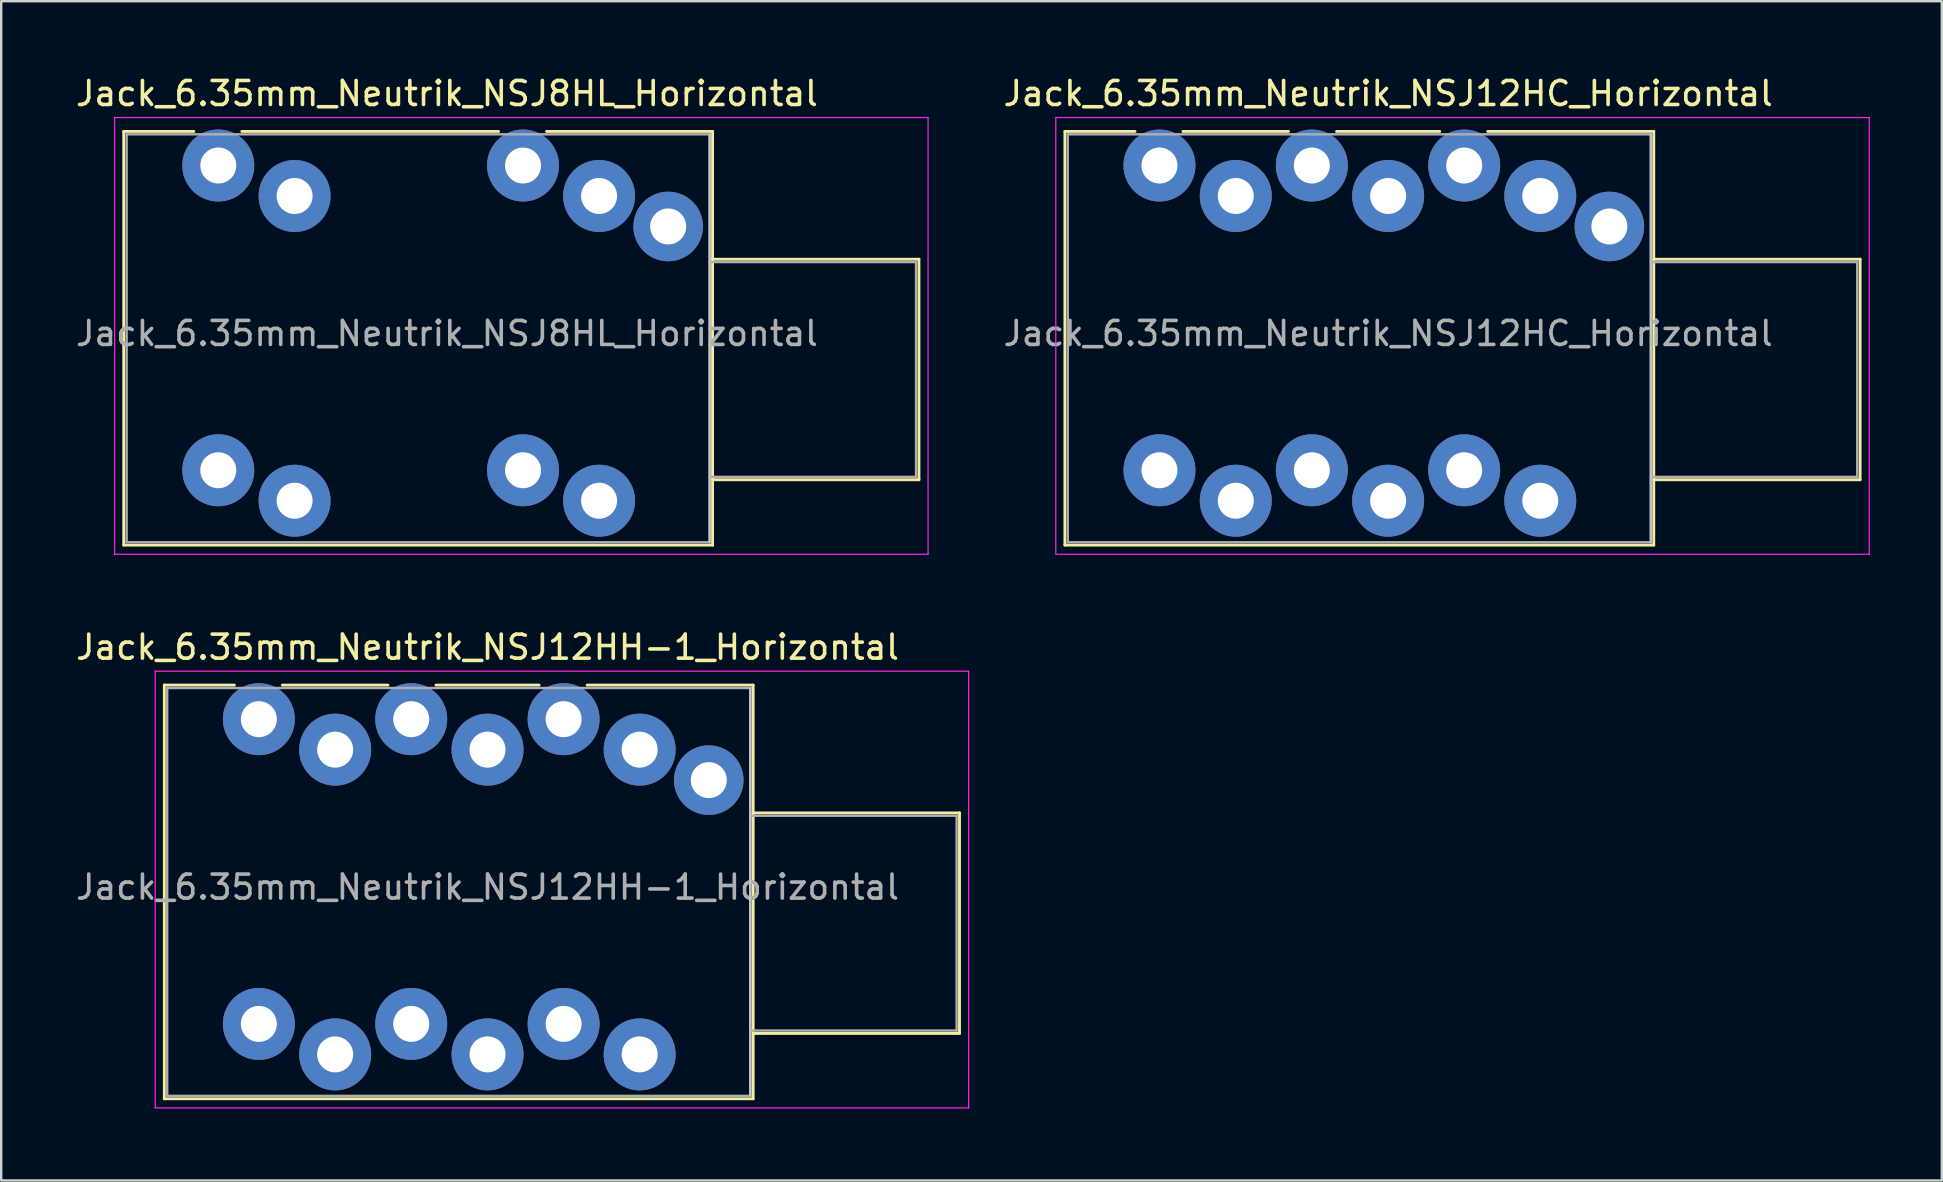
<source format=kicad_pcb>
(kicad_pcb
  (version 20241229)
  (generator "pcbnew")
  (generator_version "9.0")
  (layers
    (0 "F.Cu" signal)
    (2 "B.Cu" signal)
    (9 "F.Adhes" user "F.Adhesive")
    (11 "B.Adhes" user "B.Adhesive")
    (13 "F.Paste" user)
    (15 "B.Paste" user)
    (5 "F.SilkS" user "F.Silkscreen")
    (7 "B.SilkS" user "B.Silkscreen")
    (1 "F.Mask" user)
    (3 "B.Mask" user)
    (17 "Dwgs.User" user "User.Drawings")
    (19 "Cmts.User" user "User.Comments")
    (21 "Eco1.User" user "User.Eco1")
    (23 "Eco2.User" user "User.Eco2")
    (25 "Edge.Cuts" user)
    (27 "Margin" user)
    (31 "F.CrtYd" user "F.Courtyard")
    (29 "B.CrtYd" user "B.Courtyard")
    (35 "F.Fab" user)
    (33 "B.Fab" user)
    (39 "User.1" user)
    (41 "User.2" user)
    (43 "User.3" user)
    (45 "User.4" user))
  (footprint "Jack_6.35mm_Neutrik_NSJ8HL_Horizontal"
    (layer "F.Cu")
    (at 6.047 3.848)
    (property "Reference" "Jack_6.35mm_Neutrik_NSJ8HL_Horizontal" (at 9.53 -3 0) (layer "F.SilkS") (effects (font (size 1 1) (thickness 0.15))))
    (attr through_hole)
    (fp_line (start -3.94 -1.42) (end -1.02 -1.42) (stroke (width 0.12) (type solid)) (layer "F.SilkS"))
    (fp_line (start -3.94 15.82) (end -3.94 -1.42) (stroke (width 0.12) (type solid)) (layer "F.SilkS"))
    (fp_line (start -3.94 15.82) (end 20.6 15.82) (stroke (width 0.12) (type solid)) (layer "F.SilkS"))
    (fp_line (start 0.98 -1.42) (end 11.68 -1.42) (stroke (width 0.12) (type solid)) (layer "F.SilkS"))
    (fp_line (start 13.68 -1.42) (end 20.6 -1.42) (stroke (width 0.12) (type solid)) (layer "F.SilkS"))
    (fp_line (start 20.6 -1.42) (end 20.6 15.82) (stroke (width 0.12) (type solid)) (layer "F.SilkS"))
    (fp_line (start 29.2 3.905) (end 20.6 3.905) (stroke (width 0.12) (type solid)) (layer "F.SilkS"))
    (fp_line (start 29.2 13.095) (end 20.6 13.095) (stroke (width 0.12) (type solid)) (layer "F.SilkS"))
    (fp_line (start 29.2 13.095) (end 29.2 3.905) (stroke (width 0.12) (type solid)) (layer "F.SilkS"))
    (fp_line (start 20.48 -1.3) (end 20.48 15.7) (stroke (width 0.1) (type solid)) (layer "Dwgs.User"))
    (fp_line (start -4.32 16.2) (end -4.32 -2) (stroke (width 0.05) (type solid)) (layer "F.CrtYd"))
    (fp_line (start -4.32 16.2) (end 29.58 16.2) (stroke (width 0.05) (type solid)) (layer "F.CrtYd"))
    (fp_line (start 29.58 -2) (end -4.32 -2) (stroke (width 0.05) (type solid)) (layer "F.CrtYd"))
    (fp_line (start 29.58 16.2) (end 29.58 -2) (stroke (width 0.05) (type solid)) (layer "F.CrtYd"))
    (fp_line (start -3.82 -1.3) (end 20.48 -1.3) (stroke (width 0.1) (type solid)) (layer "F.Fab"))
    (fp_line (start -3.82 15.7) (end -3.82 -1.3) (stroke (width 0.1) (type solid)) (layer "F.Fab"))
    (fp_line (start 20.48 -1.3) (end 20.48 15.7) (stroke (width 0.1) (type solid)) (layer "F.Fab"))
    (fp_line (start 20.48 12.975) (end 29.08 12.975) (stroke (width 0.1) (type solid)) (layer "F.Fab"))
    (fp_line (start 20.48 15.7) (end -3.82 15.7) (stroke (width 0.1) (type solid)) (layer "F.Fab"))
    (fp_line (start 29.08 4.025) (end 20.48 4.025) (stroke (width 0.1) (type solid)) (layer "F.Fab"))
    (fp_line (start 29.08 12.975) (end 29.08 4.025) (stroke (width 0.1) (type solid)) (layer "F.Fab"))
    (fp_text user "${REFERENCE}" (at 9.53 7 0) (layer "F.Fab") (effects (font (size 1 1) (thickness 0.15))))
    (pad "G" thru_hole circle (at 18.75 2.54) (size 2.9 2.9) (drill 1.5) (layers "*.Cu" "*.Mask"))
    (pad "S1" thru_hole circle (at 12.7 0) (size 3 3) (drill 1.5) (layers "*.Cu" "*.Mask"))
    (pad "S2" thru_hole circle (at 15.87 1.27) (size 3 3) (drill 1.5) (layers "*.Cu" "*.Mask"))
    (pad "SN1" thru_hole circle (at 12.7 12.7) (size 3 3) (drill 1.5) (layers "*.Cu" "*.Mask"))
    (pad "SN2" thru_hole circle (at 15.87 13.97) (size 3 3) (drill 1.5) (layers "*.Cu" "*.Mask"))
    (pad "T1" thru_hole circle (at 0 0) (size 3 3) (drill 1.5) (layers "*.Cu" "*.Mask"))
    (pad "T2" thru_hole circle (at 3.18 1.27) (size 3 3) (drill 1.5) (layers "*.Cu" "*.Mask"))
    (pad "TN1" thru_hole circle (at 0 12.7) (size 3 3) (drill 1.5) (layers "*.Cu" "*.Mask"))
    (pad "TN2" thru_hole circle (at 3.18 13.97) (size 3 3) (drill 1.5) (layers "*.Cu" "*.Mask")))
  (footprint "Jack_6.35mm_Neutrik_NSJ12HH-1_Horizontal"
    (layer "F.Cu")
    (at 7.738 26.922)
    (property "Reference" "Jack_6.35mm_Neutrik_NSJ12HH-1_Horizontal" (at 9.53 -3 0) (layer "F.SilkS") (effects (font (size 1 1) (thickness 0.15))))
    (attr through_hole)
    (fp_line (start -3.94 -1.42) (end -1.02 -1.42) (stroke (width 0.12) (type solid)) (layer "F.SilkS"))
    (fp_line (start -3.94 15.82) (end -3.94 -1.42) (stroke (width 0.12) (type solid)) (layer "F.SilkS"))
    (fp_line (start -3.94 15.82) (end 20.6 15.82) (stroke (width 0.12) (type solid)) (layer "F.SilkS"))
    (fp_line (start 0.98 -1.42) (end 5.38 -1.42) (stroke (width 0.12) (type solid)) (layer "F.SilkS"))
    (fp_line (start 7.38 -1.42) (end 11.68 -1.42) (stroke (width 0.12) (type solid)) (layer "F.SilkS"))
    (fp_line (start 13.68 -1.42) (end 20.6 -1.42) (stroke (width 0.12) (type solid)) (layer "F.SilkS"))
    (fp_line (start 20.6 -1.42) (end 20.6 15.82) (stroke (width 0.12) (type solid)) (layer "F.SilkS"))
    (fp_line (start 29.2 3.905) (end 20.6 3.905) (stroke (width 0.12) (type solid)) (layer "F.SilkS"))
    (fp_line (start 29.2 13.095) (end 20.6 13.095) (stroke (width 0.12) (type solid)) (layer "F.SilkS"))
    (fp_line (start 29.2 13.095) (end 29.2 3.905) (stroke (width 0.12) (type solid)) (layer "F.SilkS"))
    (fp_line (start 20.48 -1.3) (end 20.48 15.7) (stroke (width 0.1) (type solid)) (layer "Dwgs.User"))
    (fp_line (start -4.32 16.2) (end -4.32 -2) (stroke (width 0.05) (type solid)) (layer "F.CrtYd"))
    (fp_line (start -4.32 16.2) (end 29.58 16.2) (stroke (width 0.05) (type solid)) (layer "F.CrtYd"))
    (fp_line (start 29.58 -2) (end -4.32 -2) (stroke (width 0.05) (type solid)) (layer "F.CrtYd"))
    (fp_line (start 29.58 16.2) (end 29.58 -2) (stroke (width 0.05) (type solid)) (layer "F.CrtYd"))
    (fp_line (start -3.82 -1.3) (end 20.48 -1.3) (stroke (width 0.1) (type solid)) (layer "F.Fab"))
    (fp_line (start -3.82 15.7) (end -3.82 -1.3) (stroke (width 0.1) (type solid)) (layer "F.Fab"))
    (fp_line (start 20.48 -1.3) (end 20.48 15.7) (stroke (width 0.1) (type solid)) (layer "F.Fab"))
    (fp_line (start 20.48 12.975) (end 29.08 12.975) (stroke (width 0.1) (type solid)) (layer "F.Fab"))
    (fp_line (start 20.48 15.7) (end -3.82 15.7) (stroke (width 0.1) (type solid)) (layer "F.Fab"))
    (fp_line (start 29.08 4.025) (end 20.48 4.025) (stroke (width 0.1) (type solid)) (layer "F.Fab"))
    (fp_line (start 29.08 12.975) (end 29.08 4.025) (stroke (width 0.1) (type solid)) (layer "F.Fab"))
    (fp_text user "${REFERENCE}" (at 9.53 7 0) (layer "F.Fab") (effects (font (size 1 1) (thickness 0.15))))
    (pad "G" thru_hole circle (at 18.75 2.54) (size 2.9 2.9) (drill 1.5) (layers "*.Cu" "*.Mask"))
    (pad "R1" thru_hole circle (at 6.35 0) (size 3 3) (drill 1.5) (layers "*.Cu" "*.Mask"))
    (pad "R2" thru_hole circle (at 9.53 1.27) (size 3 3) (drill 1.5) (layers "*.Cu" "*.Mask"))
    (pad "RN1" thru_hole circle (at 6.35 12.7) (size 3 3) (drill 1.5) (layers "*.Cu" "*.Mask"))
    (pad "RN2" thru_hole circle (at 9.53 13.97) (size 3 3) (drill 1.5) (layers "*.Cu" "*.Mask"))
    (pad "S1" thru_hole circle (at 12.7 0) (size 3 3) (drill 1.5) (layers "*.Cu" "*.Mask"))
    (pad "S2" thru_hole circle (at 15.87 1.27) (size 3 3) (drill 1.5) (layers "*.Cu" "*.Mask"))
    (pad "SN1" thru_hole circle (at 12.7 12.7) (size 3 3) (drill 1.5) (layers "*.Cu" "*.Mask"))
    (pad "SN2" thru_hole circle (at 15.87 13.97) (size 3 3) (drill 1.5) (layers "*.Cu" "*.Mask"))
    (pad "T1" thru_hole circle (at 0 0) (size 3 3) (drill 1.5) (layers "*.Cu" "*.Mask"))
    (pad "T2" thru_hole circle (at 3.18 1.27) (size 3 3) (drill 1.5) (layers "*.Cu" "*.Mask"))
    (pad "TN1" thru_hole circle (at 0 12.7) (size 3 3) (drill 1.5) (layers "*.Cu" "*.Mask"))
    (pad "TN2" thru_hole circle (at 3.18 13.97) (size 3 3) (drill 1.5) (layers "*.Cu" "*.Mask")))
  (footprint "Jack_6.35mm_Neutrik_NSJ12HC_Horizontal"
    (layer "F.Cu")
    (at 45.271 3.848)
    (property "Reference" "Jack_6.35mm_Neutrik_NSJ12HC_Horizontal" (at 9.53 -3 0) (layer "F.SilkS") (effects (font (size 1 1) (thickness 0.15))))
    (attr through_hole)
    (fp_line (start -3.94 -1.42) (end -1.02 -1.42) (stroke (width 0.12) (type solid)) (layer "F.SilkS"))
    (fp_line (start -3.94 15.82) (end -3.94 -1.42) (stroke (width 0.12) (type solid)) (layer "F.SilkS"))
    (fp_line (start -3.94 15.82) (end 20.6 15.82) (stroke (width 0.12) (type solid)) (layer "F.SilkS"))
    (fp_line (start 0.98 -1.42) (end 5.38 -1.42) (stroke (width 0.12) (type solid)) (layer "F.SilkS"))
    (fp_line (start 7.38 -1.42) (end 11.68 -1.42) (stroke (width 0.12) (type solid)) (layer "F.SilkS"))
    (fp_line (start 13.68 -1.42) (end 20.6 -1.42) (stroke (width 0.12) (type solid)) (layer "F.SilkS"))
    (fp_line (start 20.6 -1.42) (end 20.6 15.82) (stroke (width 0.12) (type solid)) (layer "F.SilkS"))
    (fp_line (start 29.2 3.905) (end 20.6 3.905) (stroke (width 0.12) (type solid)) (layer "F.SilkS"))
    (fp_line (start 29.2 13.095) (end 20.6 13.095) (stroke (width 0.12) (type solid)) (layer "F.SilkS"))
    (fp_line (start 29.2 13.095) (end 29.2 3.905) (stroke (width 0.12) (type solid)) (layer "F.SilkS"))
    (fp_line (start 20.48 -1.3) (end 20.48 15.7) (stroke (width 0.1) (type solid)) (layer "Dwgs.User"))
    (fp_line (start -4.32 16.2) (end -4.32 -2) (stroke (width 0.05) (type solid)) (layer "F.CrtYd"))
    (fp_line (start -4.32 16.2) (end 29.58 16.2) (stroke (width 0.05) (type solid)) (layer "F.CrtYd"))
    (fp_line (start 29.58 -2) (end -4.32 -2) (stroke (width 0.05) (type solid)) (layer "F.CrtYd"))
    (fp_line (start 29.58 16.2) (end 29.58 -2) (stroke (width 0.05) (type solid)) (layer "F.CrtYd"))
    (fp_line (start -3.82 -1.3) (end 20.48 -1.3) (stroke (width 0.1) (type solid)) (layer "F.Fab"))
    (fp_line (start -3.82 15.7) (end -3.82 -1.3) (stroke (width 0.1) (type solid)) (layer "F.Fab"))
    (fp_line (start 20.48 -1.3) (end 20.48 15.7) (stroke (width 0.1) (type solid)) (layer "F.Fab"))
    (fp_line (start 20.48 12.975) (end 29.08 12.975) (stroke (width 0.1) (type solid)) (layer "F.Fab"))
    (fp_line (start 20.48 15.7) (end -3.82 15.7) (stroke (width 0.1) (type solid)) (layer "F.Fab"))
    (fp_line (start 29.08 4.025) (end 20.48 4.025) (stroke (width 0.1) (type solid)) (layer "F.Fab"))
    (fp_line (start 29.08 12.975) (end 29.08 4.025) (stroke (width 0.1) (type solid)) (layer "F.Fab"))
    (fp_text user "${REFERENCE}" (at 9.53 7 0) (layer "F.Fab") (effects (font (size 1 1) (thickness 0.15))))
    (pad "G" thru_hole circle (at 18.75 2.54) (size 2.9 2.9) (drill 1.5) (layers "*.Cu" "*.Mask"))
    (pad "R1" thru_hole circle (at 6.35 0) (size 3 3) (drill 1.5) (layers "*.Cu" "*.Mask"))
    (pad "R2" thru_hole circle (at 9.53 1.27) (size 3 3) (drill 1.5) (layers "*.Cu" "*.Mask"))
    (pad "RN1" thru_hole circle (at 6.35 12.7) (size 3 3) (drill 1.5) (layers "*.Cu" "*.Mask"))
    (pad "RN2" thru_hole circle (at 9.53 13.97) (size 3 3) (drill 1.5) (layers "*.Cu" "*.Mask"))
    (pad "S1" thru_hole circle (at 12.7 0) (size 3 3) (drill 1.5) (layers "*.Cu" "*.Mask"))
    (pad "S2" thru_hole circle (at 15.87 1.27) (size 3 3) (drill 1.5) (layers "*.Cu" "*.Mask"))
    (pad "SN1" thru_hole circle (at 12.7 12.7) (size 3 3) (drill 1.5) (layers "*.Cu" "*.Mask"))
    (pad "SN2" thru_hole circle (at 15.87 13.97) (size 3 3) (drill 1.5) (layers "*.Cu" "*.Mask"))
    (pad "T1" thru_hole circle (at 0 0) (size 3 3) (drill 1.5) (layers "*.Cu" "*.Mask"))
    (pad "T2" thru_hole circle (at 3.18 1.27) (size 3 3) (drill 1.5) (layers "*.Cu" "*.Mask"))
    (pad "TN1" thru_hole circle (at 0 12.7) (size 3 3) (drill 1.5) (layers "*.Cu" "*.Mask"))
    (pad "TN2" thru_hole circle (at 3.18 13.97) (size 3 3) (drill 1.5) (layers "*.Cu" "*.Mask")))
  (gr_rect
    (start -3 -3)
    (end 77.876 46.147)
    (stroke (width 0.1) (type default))
    (fill no)
    (layer "Edge.Cuts")))
</source>
